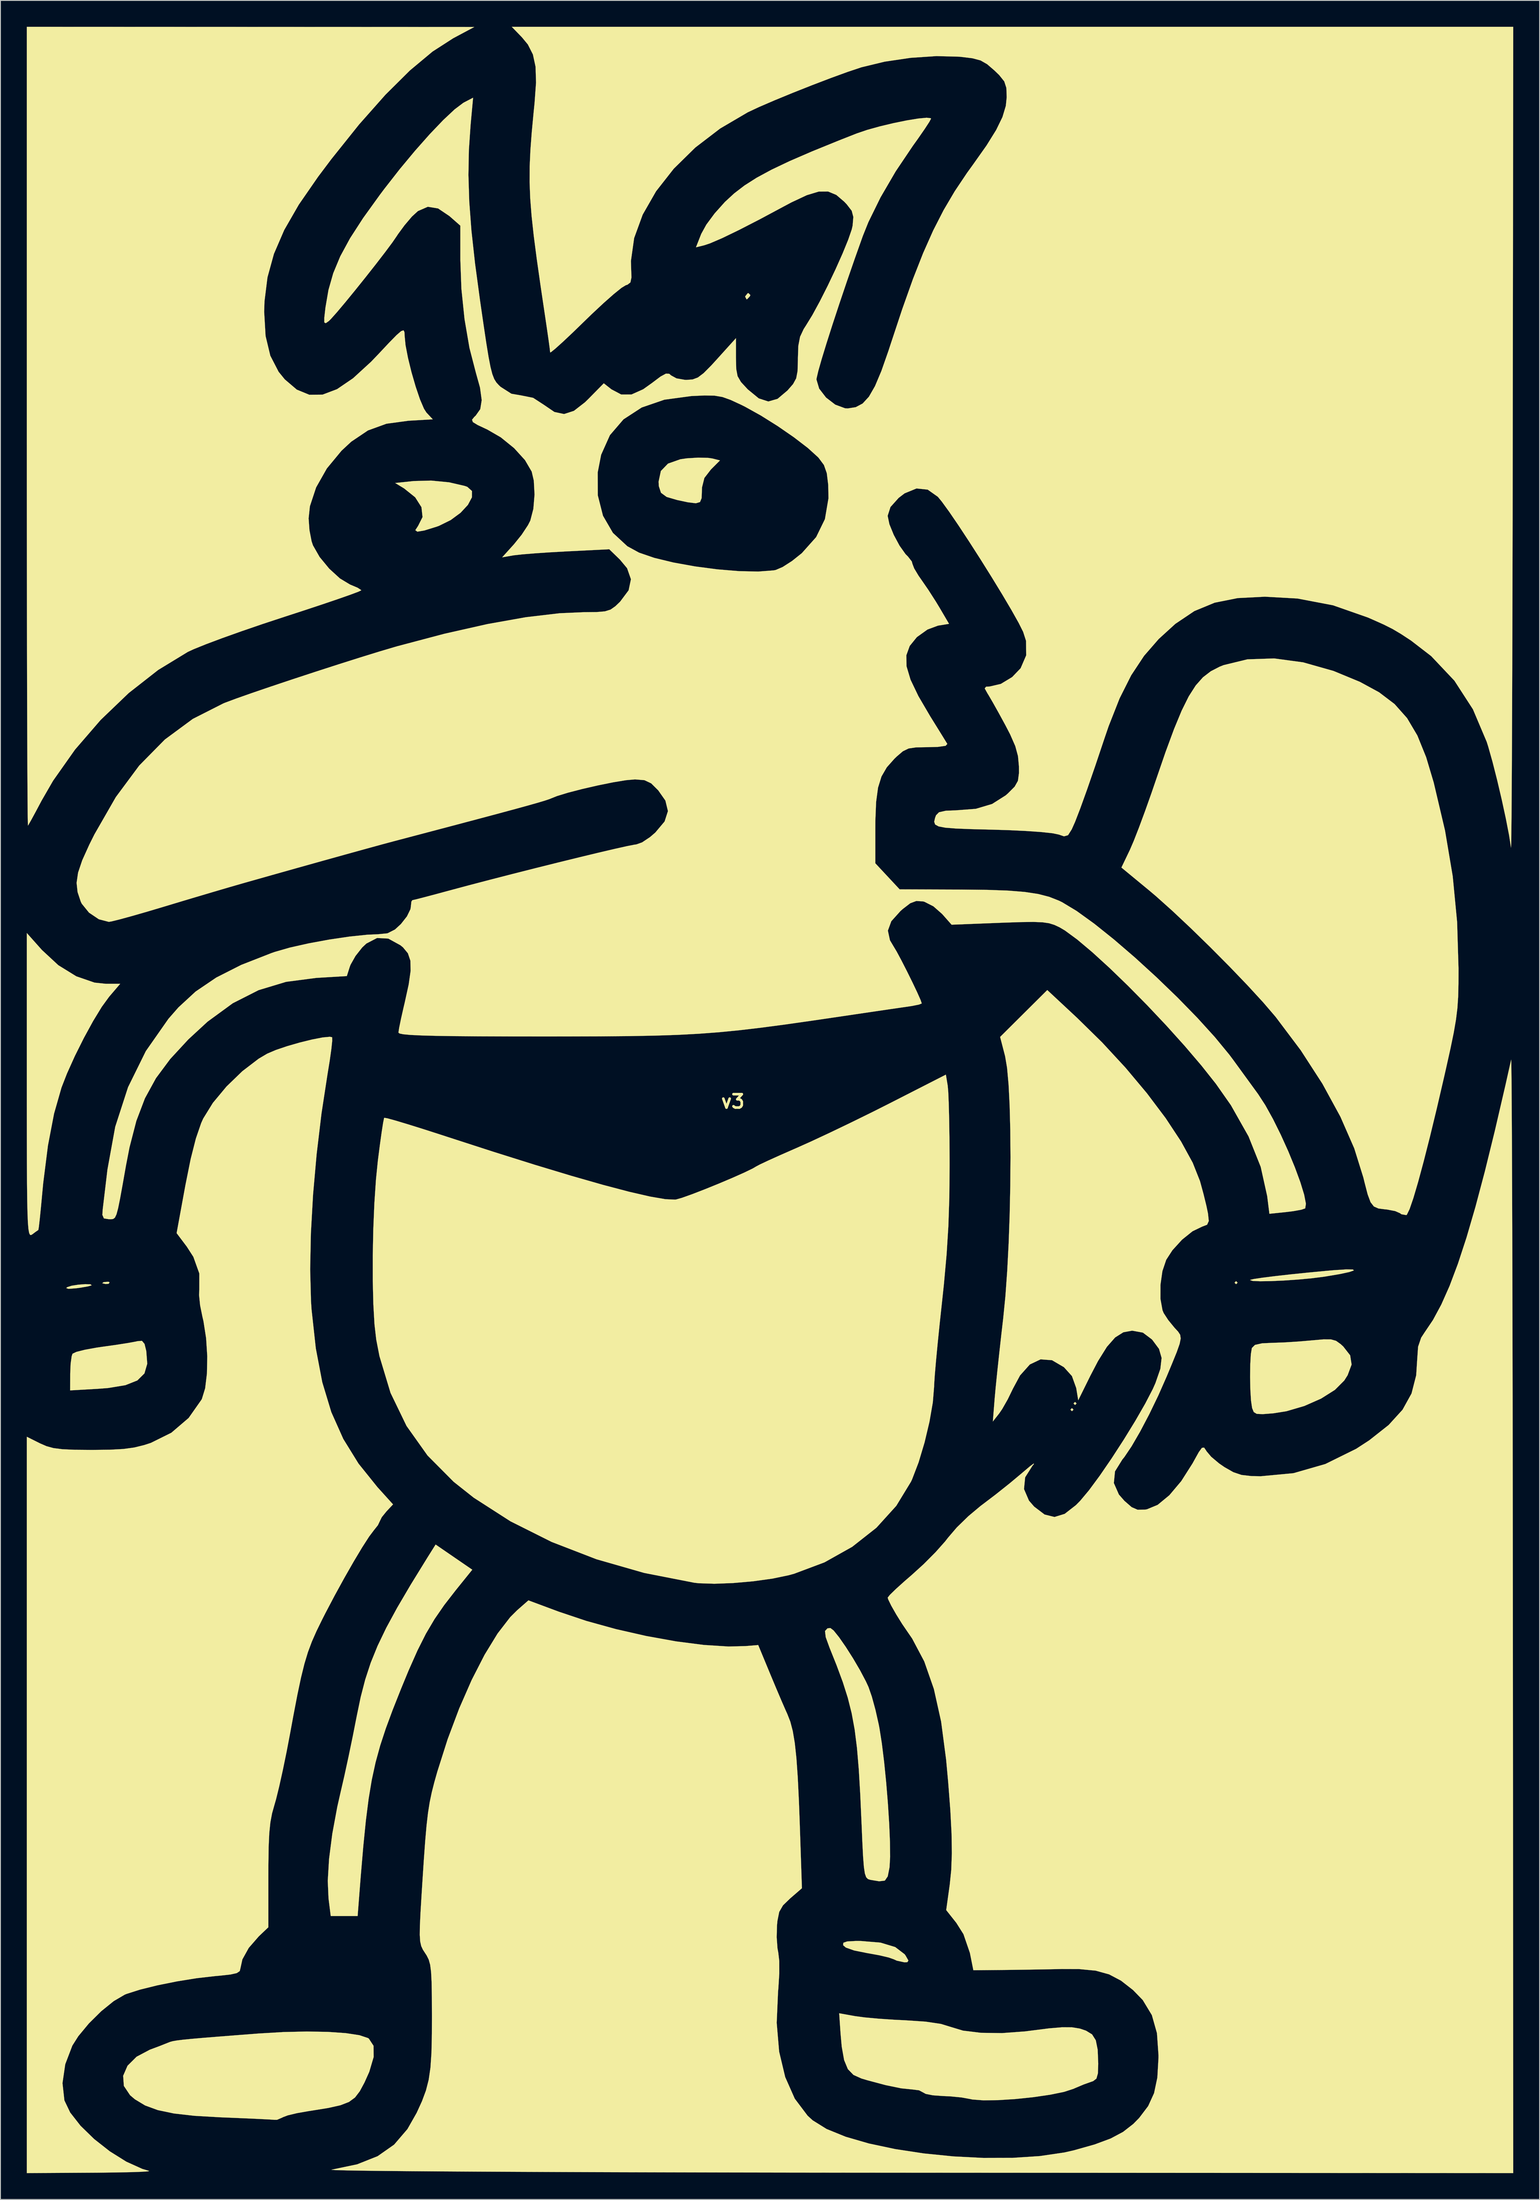
<source format=kicad_pcb>
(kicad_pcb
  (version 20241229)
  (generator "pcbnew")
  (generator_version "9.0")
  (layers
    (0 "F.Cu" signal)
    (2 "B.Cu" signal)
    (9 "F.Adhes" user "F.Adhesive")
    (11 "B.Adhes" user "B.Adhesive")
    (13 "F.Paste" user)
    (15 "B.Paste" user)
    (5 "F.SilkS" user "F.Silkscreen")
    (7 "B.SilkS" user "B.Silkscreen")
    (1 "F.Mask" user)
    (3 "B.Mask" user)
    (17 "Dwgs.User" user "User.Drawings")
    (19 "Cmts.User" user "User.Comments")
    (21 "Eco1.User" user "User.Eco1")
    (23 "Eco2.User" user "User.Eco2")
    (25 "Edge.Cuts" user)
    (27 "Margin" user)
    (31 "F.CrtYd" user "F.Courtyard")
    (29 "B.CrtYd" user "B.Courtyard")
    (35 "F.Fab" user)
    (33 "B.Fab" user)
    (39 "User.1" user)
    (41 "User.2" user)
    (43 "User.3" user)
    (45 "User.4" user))
  (footprint "v3"
    (layer "F.Cu")
    (at 80.438 122.419)
    (property "Reference" "v3" (at 0 0 0) (layer "F.SilkS") (effects (font (size 1.524 1.524) (thickness 0.3))))
    (attr through_hole)
    (fp_poly (pts (xy 38.806 35.101) (xy 38.629 35.278) (xy 38.453 35.101) (xy 38.629 34.925) (xy 38.806 35.101)) (stroke (width 0.01) (type solid)) (fill yes) (layer "F.SilkS"))
    (fp_poly (pts (xy 39.158 34.396) (xy 38.982 34.572) (xy 38.806 34.396) (xy 38.982 34.219) (xy 39.158 34.396)) (stroke (width 0.01) (type solid)) (fill yes) (layer "F.SilkS"))
    (fp_poly (pts (xy 57.503 20.637) (xy 57.326 20.814) (xy 57.15 20.637) (xy 57.326 20.461) (xy 57.503 20.637)) (stroke (width 0.01) (type solid)) (fill yes) (layer "F.SilkS"))
    (fp_poly (pts (xy -71.004 20.601) (xy -71.109 20.761) (xy -71.467 20.786) (xy -71.843 20.7) (xy -71.68 20.573) (xy -71.129 20.531) (xy -71.004 20.601)) (stroke (width 0.01) (type solid)) (fill yes) (layer "F.SilkS"))
    (fp_poly (pts (xy 1.995 -91.859) (xy 1.94 -91.722) (xy 1.623 -91.386) (xy 1.567 -91.369) (xy 1.415 -91.642) (xy 1.411 -91.722) (xy 1.682 -92.061) (xy 1.785 -92.075) (xy 1.995 -91.859)) (stroke (width 0.01) (type solid)) (fill yes) (layer "F.SilkS"))
    (fp_poly (pts (xy -73.188 20.821) (xy -73.045 20.933) (xy -73.054 20.942) (xy -73.463 21.06) (xy -74.322 21.209) (xy -74.771 21.27) (xy -75.681 21.343) (xy -75.942 21.251) (xy -75.829 21.148) (xy -75.335 20.986) (xy -74.571 20.866) (xy -73.776 20.805) (xy -73.188 20.821)) (stroke (width 0.01) (type solid)) (fill yes) (layer "F.SilkS"))
    (fp_poly (pts (xy 14.563 95.623) (xy 16.818 95.809) (xy 18.495 96.315) (xy 19.568 97.133) (xy 19.673 97.278) (xy 19.999 97.85) (xy 19.872 98.042) (xy 19.534 98.051) (xy 18.67 97.864) (xy 18.344 97.713) (xy 17.746 97.503) (xy 16.675 97.251) (xy 15.356 97.012) (xy 15.285 97.001) (xy 13.82 96.706) (xy 12.874 96.373) (xy 12.562 96.105) (xy 12.589 95.825) (xy 13.025 95.674) (xy 13.992 95.622) (xy 14.563 95.623)) (stroke (width 0.01) (type solid)) (fill yes) (layer "F.SilkS"))
    (fp_poly (pts (xy -2.833 -73.316) (xy -2.351 -73.248) (xy -1.465 -73.025) (xy -2.497 -71.994) (xy -3.244 -71.028) (xy -3.515 -69.947) (xy -3.528 -69.524) (xy -3.558 -68.728) (xy -3.742 -68.283) (xy -4.216 -68.142) (xy -5.121 -68.253) (xy -6.35 -68.514) (xy -7.543 -68.863) (xy -8.187 -69.338) (xy -8.436 -70.094) (xy -8.461 -70.605) (xy -8.202 -71.819) (xy -7.387 -72.661) (xy -5.984 -73.156) (xy -5.235 -73.264) (xy -3.955 -73.341) (xy -2.833 -73.316)) (stroke (width 0.01) (type solid)) (fill yes) (layer "F.SilkS"))
    (fp_poly (pts (xy -67.023 27.612) (xy -66.825 28.417) (xy -66.713 29.87) (xy -67.034 30.975) (xy -67.843 31.774) (xy -69.199 32.312) (xy -71.158 32.635) (xy -72.379 32.729) (xy -75.494 32.906) (xy -75.489 31.005) (xy -75.441 29.869) (xy -75.322 29.011) (xy -75.224 28.729) (xy -74.779 28.519) (xy -73.806 28.274) (xy -72.478 28.033) (xy -71.79 27.933) (xy -70.278 27.721) (xy -68.961 27.516) (xy -68.05 27.351) (xy -67.844 27.303) (xy -67.32 27.26) (xy -67.023 27.612)) (stroke (width 0.01) (type solid)) (fill yes) (layer "F.SilkS"))
    (fp_poly (pts (xy -32.33 -70.53) (xy -30.551 -70.12) (xy -30.251 -70.013) (xy -29.721 -69.538) (xy -29.726 -68.819) (xy -30.185 -67.959) (xy -31.018 -67.061) (xy -32.146 -66.23) (xy -33.489 -65.568) (xy -33.737 -65.479) (xy -35.143 -65.043) (xy -35.943 -64.908) (xy -36.174 -65.076) (xy -35.87 -65.547) (xy -35.862 -65.556) (xy -35.351 -66.573) (xy -35.474 -67.697) (xy -36.189 -68.821) (xy -37.445 -69.829) (xy -38.471 -70.453) (xy -36.358 -70.674) (xy -34.381 -70.727) (xy -32.33 -70.53)) (stroke (width 0.01) (type solid)) (fill yes) (layer "F.SilkS"))
    (fp_poly (pts (xy 70.633 19.137) (xy 70.748 19.242) (xy 70.24 19.421) (xy 69.134 19.66) (xy 67.452 19.942) (xy 67.318 19.962) (xy 65.928 20.138) (xy 64.367 20.283) (xy 62.775 20.392) (xy 61.294 20.458) (xy 60.065 20.476) (xy 59.23 20.44) (xy 58.928 20.343) (xy 58.943 20.317) (xy 59.348 20.217) (xy 60.334 20.07) (xy 61.781 19.888) (xy 63.568 19.688) (xy 65.574 19.482) (xy 67.678 19.284) (xy 68.439 19.217) (xy 69.871 19.124) (xy 70.633 19.137)) (stroke (width 0.01) (type solid)) (fill yes) (layer "F.SilkS"))
    (fp_poly (pts (xy 68.133 27.097) (xy 68.717 27.262) (xy 69.234 27.631) (xy 69.536 27.906) (xy 70.324 28.913) (xy 70.489 29.962) (xy 70.034 31.179) (xy 69.652 31.782) (xy 68.59 32.845) (xy 67.012 33.841) (xy 65.105 34.682) (xy 63.058 35.282) (xy 61.571 35.517) (xy 60.366 35.612) (xy 59.682 35.581) (xy 59.342 35.376) (xy 59.167 34.951) (xy 59.148 34.883) (xy 59.028 34.062) (xy 58.953 32.818) (xy 58.925 31.374) (xy 58.943 29.955) (xy 59.009 28.784) (xy 59.124 28.086) (xy 59.128 28.075) (xy 59.48 27.725) (xy 60.286 27.544) (xy 61.333 27.495) (xy 62.756 27.445) (xy 64.477 27.337) (xy 65.92 27.213) (xy 67.271 27.094) (xy 68.133 27.097)) (stroke (width 0.01) (type solid)) (fill yes) (layer "F.SilkS"))
    (fp_poly (pts (xy -78.71 -17.257) (xy -76.842 -15.524) (xy -74.796 -14.26) (xy -72.72 -13.542) (xy -71.432 -13.406) (xy -69.795 -13.406) (xy -71.057 -11.931) (xy -71.891 -10.785) (xy -72.882 -9.159) (xy -73.936 -7.231) (xy -74.959 -5.182) (xy -75.857 -3.189) (xy -76.482 -1.587) (xy -77.33 1.383) (xy -78.026 5.019) (xy -78.566 9.298) (xy -78.669 10.389) (xy -78.821 12.02) (xy -78.956 13.363) (xy -79.061 14.28) (xy -79.121 14.634) (xy -79.122 14.634) (xy -79.426 14.843) (xy -79.816 15.136) (xy -79.956 15.214) (xy -80.073 15.177) (xy -80.17 14.968) (xy -80.247 14.533) (xy -80.308 13.815) (xy -80.354 12.757) (xy -80.387 11.304) (xy -80.409 9.401) (xy -80.423 6.989) (xy -80.43 4.015) (xy -80.433 0.421) (xy -80.433 -1.791) (xy -80.433 -19.191) (xy -78.71 -17.257)) (stroke (width 0.01) (type solid)) (fill yes) (layer "F.SilkS"))
    (fp_poly (pts (xy -31.774 51.899) (xy -29.685 53.332) (xy -31.57 55.669) (xy -32.881 57.359) (xy -33.984 58.958) (xy -34.969 60.625) (xy -35.924 62.522) (xy -36.939 64.808) (xy -37.8 66.895) (xy -38.75 69.289) (xy -39.534 71.406) (xy -40.176 73.362) (xy -40.701 75.273) (xy -41.132 77.254) (xy -41.493 79.423) (xy -41.807 81.894) (xy -42.097 84.783) (xy -42.389 88.206) (xy -42.534 90.047) (xy -42.746 92.781) (xy -45.81 92.781) (xy -46.062 90.77) (xy -46.149 88.775) (xy -46 86.27) (xy -45.631 83.403) (xy -45.06 80.322) (xy -44.685 78.669) (xy -44.263 76.842) (xy -43.777 74.603) (xy -43.287 72.237) (xy -42.852 70.027) (xy -42.852 70.026) (xy -42.398 67.839) (xy -41.882 65.846) (xy -41.258 63.939) (xy -40.476 62.012) (xy -39.489 59.959) (xy -38.248 57.674) (xy -36.706 55.049) (xy -34.813 51.978) (xy -34.356 51.25) (xy -33.862 50.465) (xy -31.774 51.899)) (stroke (width 0.01) (type solid)) (fill yes) (layer "F.SilkS"))
    (fp_poly (pts (xy 11.483 60.259) (xy 12.099 61.026) (xy 12.866 62.13) (xy 13.692 63.429) (xy 14.485 64.782) (xy 15.153 66.047) (xy 15.452 66.693) (xy 15.831 67.786) (xy 16.244 69.296) (xy 16.614 70.942) (xy 16.698 71.375) (xy 16.973 73.123) (xy 17.233 75.236) (xy 17.466 77.565) (xy 17.662 79.959) (xy 17.809 82.268) (xy 17.897 84.341) (xy 17.915 86.03) (xy 17.852 87.184) (xy 17.842 87.26) (xy 17.644 88.264) (xy 17.317 88.744) (xy 16.667 88.824) (xy 15.662 88.658) (xy 15.391 88.571) (xy 15.189 88.365) (xy 15.04 87.939) (xy 14.928 87.195) (xy 14.837 86.03) (xy 14.751 84.346) (xy 14.671 82.444) (xy 14.515 78.964) (xy 14.345 76.068) (xy 14.14 73.637) (xy 13.877 71.548) (xy 13.535 69.682) (xy 13.092 67.918) (xy 12.525 66.134) (xy 11.814 64.21) (xy 11.015 62.216) (xy 10.58 61.017) (xy 10.497 60.32) (xy 10.771 60.015) (xy 11.11 59.972) (xy 11.483 60.259)) (stroke (width 0.01) (type solid)) (fill yes) (layer "F.SilkS"))
    (fp_poly (pts (xy -46.127 105.978) (xy -44.098 106.119) (xy -42.546 106.354) (xy -41.575 106.677) (xy -41.468 106.746) (xy -40.934 107.561) (xy -40.919 108.831) (xy -41.421 110.531) (xy -41.969 111.751) (xy -42.498 112.734) (xy -43.041 113.447) (xy -43.733 113.957) (xy -44.707 114.334) (xy -46.098 114.645) (xy -48.038 114.959) (xy -48.331 115.002) (xy -49.649 115.233) (xy -50.698 115.483) (xy -51.278 115.702) (xy -51.312 115.729) (xy -51.933 115.994) (xy -52.193 115.996) (xy -52.72 115.96) (xy -53.818 115.903) (xy -55.353 115.833) (xy -57.193 115.755) (xy -58.385 115.707) (xy -61.324 115.539) (xy -63.665 115.274) (xy -65.509 114.888) (xy -66.962 114.356) (xy -68.125 113.652) (xy -68.669 113.191) (xy -69.378 112.132) (xy -69.458 110.977) (xy -68.96 109.833) (xy -67.93 108.807) (xy -66.417 108.006) (xy -66.322 107.971) (xy -65.289 107.585) (xy -64.435 107.246) (xy -64.382 107.224) (xy -64.131 107.125) (xy -63.822 107.04) (xy -63.371 106.96) (xy -62.695 106.874) (xy -61.708 106.776) (xy -60.327 106.656) (xy -58.467 106.506) (xy -56.044 106.317) (xy -54.063 106.164) (xy -51.212 105.996) (xy -48.533 105.935) (xy -46.127 105.978)) (stroke (width 0.01) (type solid)) (fill yes) (layer "F.SilkS"))
    (fp_poly (pts (xy 13.906 104.18) (xy 15.028 104.33) (xy 16.611 104.475) (xy 18.409 104.596) (xy 19.579 104.652) (xy 21.948 104.809) (xy 23.699 105.068) (xy 24.682 105.37) (xy 26.211 105.833) (xy 28.26 106.083) (xy 30.674 106.115) (xy 33.297 105.92) (xy 33.968 105.835) (xy 36.017 105.575) (xy 37.525 105.449) (xy 38.643 105.457) (xy 39.524 105.599) (xy 40.233 105.84) (xy 40.922 106.263) (xy 41.346 106.935) (xy 41.561 108.008) (xy 41.623 109.602) (xy 41.586 110.703) (xy 41.418 111.298) (xy 41.042 111.588) (xy 40.834 111.658) (xy 39.976 111.963) (xy 38.929 112.405) (xy 38.806 112.462) (xy 37.72 112.814) (xy 36.134 113.137) (xy 34.237 113.414) (xy 32.215 113.624) (xy 30.257 113.751) (xy 28.55 113.775) (xy 27.283 113.679) (xy 26.988 113.617) (xy 26.025 113.443) (xy 24.721 113.318) (xy 23.922 113.283) (xy 22.791 113.203) (xy 21.97 113.04) (xy 21.696 112.889) (xy 21.219 112.634) (xy 20.445 112.536) (xy 19.181 112.408) (xy 17.412 112.044) (xy 15.287 111.478) (xy 14.64 111.284) (xy 13.737 110.877) (xy 13.101 110.219) (xy 12.675 109.19) (xy 12.404 107.667) (xy 12.27 106.169) (xy 12.113 103.858) (xy 13.906 104.18)) (stroke (width 0.01) (type solid)) (fill yes) (layer "F.SilkS"))
    (fp_poly (pts (xy 64.963 -50.024) (xy 68.429 -49.043) (xy 71.438 -47.798) (xy 73.618 -46.613) (xy 75.381 -45.275) (xy 76.807 -43.671) (xy 77.98 -41.69) (xy 78.98 -39.221) (xy 79.841 -36.336) (xy 81.131 -30.862) (xy 82.008 -25.655) (xy 82.508 -20.44) (xy 82.667 -15.169) (xy 82.662 -13.401) (xy 82.627 -11.94) (xy 82.539 -10.63) (xy 82.377 -9.316) (xy 82.123 -7.841) (xy 81.754 -6.048) (xy 81.249 -3.781) (xy 81.032 -2.822) (xy 80.195 0.783) (xy 79.412 4.018) (xy 78.696 6.833) (xy 78.063 9.178) (xy 77.525 11.001) (xy 77.096 12.251) (xy 76.791 12.879) (xy 76.716 12.942) (xy 76.158 12.841) (xy 76.01 12.728) (xy 75.461 12.485) (xy 74.53 12.306) (xy 74.295 12.283) (xy 73.546 12.187) (xy 73.026 11.959) (xy 72.646 11.469) (xy 72.318 10.586) (xy 71.953 9.181) (xy 71.83 8.671) (xy 70.79 5.339) (xy 69.213 1.738) (xy 67.16 -2.025) (xy 64.69 -5.84) (xy 61.862 -9.599) (xy 61.789 -9.689) (xy 60.414 -11.292) (xy 58.635 -13.228) (xy 56.581 -15.368) (xy 54.381 -17.583) (xy 52.164 -19.745) (xy 50.059 -21.724) (xy 48.196 -23.391) (xy 47.444 -24.027) (xy 44.264 -26.651) (xy 45.23 -28.664) (xy 45.668 -29.681) (xy 46.265 -31.208) (xy 46.959 -33.083) (xy 47.691 -35.144) (xy 48.182 -36.58) (xy 49.293 -39.81) (xy 50.261 -42.432) (xy 51.127 -44.521) (xy 51.935 -46.15) (xy 52.729 -47.391) (xy 53.552 -48.319) (xy 54.445 -49.007) (xy 55.454 -49.528) (xy 55.906 -49.708) (xy 58.618 -50.367) (xy 61.664 -50.469) (xy 64.963 -50.024)) (stroke (width 0.01) (type solid)) (fill yes) (layer "F.SilkS"))
    (fp_poly (pts (xy 24.477 -1.795) (xy 24.539 -1.073) (xy 24.594 0.231) (xy 24.64 1.993) (xy 24.672 4.091) (xy 24.689 6.4) (xy 24.691 7.253) (xy 24.66 10.898) (xy 24.552 14.177) (xy 24.352 17.389) (xy 24.041 20.831) (xy 23.815 22.952) (xy 23.557 25.342) (xy 23.328 27.59) (xy 23.14 29.568) (xy 23.005 31.15) (xy 22.935 32.208) (xy 22.928 32.456) (xy 22.781 34.27) (xy 22.398 36.481) (xy 21.838 38.841) (xy 21.159 41.107) (xy 20.421 43.033) (xy 20.297 43.302) (xy 18.618 46.056) (xy 16.353 48.554) (xy 13.595 50.724) (xy 10.439 52.494) (xy 6.981 53.791) (xy 6.35 53.964) (xy 4.491 54.35) (xy 2.306 54.652) (xy 0.026 54.852) (xy -2.116 54.932) (xy -3.89 54.874) (xy -4.41 54.814) (xy -10.1 53.701) (xy -15.543 52.14) (xy -20.651 50.166) (xy -25.339 47.818) (xy -29.519 45.13) (xy -31.805 43.32) (xy -34.783 40.324) (xy -37.176 36.956) (xy -38.997 33.193) (xy -40.259 29.011) (xy -40.627 27.114) (xy -40.825 25.388) (xy -40.955 23.114) (xy -41.021 20.444) (xy -41.022 17.534) (xy -40.961 14.535) (xy -40.839 11.603) (xy -40.657 8.89) (xy -40.44 6.729) (xy -40.216 4.983) (xy -40.011 3.507) (xy -39.844 2.431) (xy -39.734 1.89) (xy -39.718 1.853) (xy -39.356 1.916) (xy -38.426 2.172) (xy -37.028 2.592) (xy -35.263 3.143) (xy -33.23 3.797) (xy -32.577 4.01) (xy -27.288 5.723) (xy -22.552 7.211) (xy -18.384 8.469) (xy -14.799 9.494) (xy -11.811 10.281) (xy -9.436 10.827) (xy -7.688 11.127) (xy -6.581 11.177) (xy -6.488 11.166) (xy -5.798 10.971) (xy -4.641 10.558) (xy -3.185 9.995) (xy -1.598 9.351) (xy -0.048 8.695) (xy 1.297 8.097) (xy 2.27 7.626) (xy 2.646 7.404) (xy 3.088 7.169) (xy 4.045 6.719) (xy 5.383 6.115) (xy 6.968 5.418) (xy 7.232 5.304) (xy 8.95 4.534) (xy 11.098 3.53) (xy 13.482 2.385) (xy 15.906 1.194) (xy 17.867 0.206) (xy 24.268 -3.061) (xy 24.477 -1.795)) (stroke (width 0.01) (type solid)) (fill yes) (layer "F.SilkS"))
    (fp_poly (pts (xy -54.945 -122.404) (xy -29.457 -122.393) (xy -31.868 -121.107) (xy -34.211 -119.597) (xy -36.788 -117.447) (xy -39.581 -114.675) (xy -42.571 -111.301) (xy -45.74 -107.342) (xy -47.253 -105.33) (xy -49.447 -102.158) (xy -51.108 -99.271) (xy -52.282 -96.551) (xy -53.016 -93.883) (xy -53.356 -91.149) (xy -53.393 -89.958) (xy -53.233 -87.199) (xy -52.694 -84.952) (xy -51.747 -83.118) (xy -51.047 -82.256) (xy -49.676 -81.087) (xy -48.255 -80.503) (xy -46.742 -80.517) (xy -45.095 -81.139) (xy -43.269 -82.382) (xy -41.223 -84.256) (xy -40.393 -85.121) (xy -39.152 -86.443) (xy -38.311 -87.301) (xy -37.792 -87.75) (xy -37.518 -87.845) (xy -37.412 -87.643) (xy -37.394 -87.251) (xy -37.29 -86.159) (xy -37.01 -84.701) (xy -36.608 -83.062) (xy -36.135 -81.428) (xy -35.646 -79.984) (xy -35.19 -78.915) (xy -34.912 -78.479) (xy -34.184 -77.704) (xy -36.948 -77.544) (xy -39.465 -77.203) (xy -41.57 -76.439) (xy -43.475 -75.157) (xy -44.588 -74.122) (xy -46.251 -72.11) (xy -47.475 -69.95) (xy -48.184 -67.802) (xy -48.331 -66.423) (xy -48.234 -65.078) (xy -47.991 -63.817) (xy -47.836 -63.351) (xy -47.077 -62.023) (xy -45.984 -60.695) (xy -44.76 -59.577) (xy -43.606 -58.881) (xy -43.538 -58.855) (xy -42.75 -58.522) (xy -42.349 -58.259) (xy -42.336 -58.226) (xy -42.658 -58.07) (xy -43.564 -57.731) (xy -44.966 -57.239) (xy -46.775 -56.625) (xy -48.903 -55.92) (xy -51.067 -55.215) (xy -53.571 -54.39) (xy -55.981 -53.563) (xy -58.175 -52.78) (xy -60.031 -52.084) (xy -61.426 -51.52) (xy -62.089 -51.214) (xy -65.47 -49.154) (xy -68.823 -46.527) (xy -72.022 -43.461) (xy -74.938 -40.086) (xy -77.444 -36.533) (xy -78.741 -34.285) (xy -79.398 -33.048) (xy -79.929 -32.07) (xy -80.25 -31.504) (xy -80.301 -31.427) (xy -80.317 -31.754) (xy -80.333 -32.746) (xy -80.348 -34.36) (xy -80.362 -36.556) (xy -80.375 -39.292) (xy -80.388 -42.527) (xy -80.399 -46.219) (xy -80.408 -50.327) (xy -80.417 -54.809) (xy -80.423 -59.624) (xy -80.429 -64.732) (xy -80.432 -70.089) (xy -80.433 -75.656) (xy -80.433 -76.847) (xy -80.433 -122.414) (xy -54.945 -122.404)) (stroke (width 0.01) (type solid)) (fill yes) (layer "F.SilkS"))
    (fp_poly (pts (xy -45.65 -7.315) (xy -45.641 -6.922) (xy -45.74 -5.979) (xy -45.93 -4.63) (xy -46.174 -3.133) (xy -46.863 1.362) (xy -47.416 5.987) (xy -47.823 10.59) (xy -48.072 15.017) (xy -48.154 19.116) (xy -48.059 22.734) (xy -47.995 23.689) (xy -47.511 28.116) (xy -46.774 31.978) (xy -45.744 35.383) (xy -44.38 38.437) (xy -42.642 41.249) (xy -40.49 43.925) (xy -40.4 44.025) (xy -38.712 45.892) (xy -39.464 46.693) (xy -39.995 47.348) (xy -40.217 47.8) (xy -40.217 47.801) (xy -40.435 48.262) (xy -40.893 48.837) (xy -41.435 49.557) (xy -42.225 50.783) (xy -43.19 52.394) (xy -44.259 54.265) (xy -45.362 56.274) (xy -46.427 58.298) (xy -46.786 59.006) (xy -47.431 60.324) (xy -47.96 61.521) (xy -48.407 62.719) (xy -48.807 64.042) (xy -49.194 65.611) (xy -49.605 67.551) (xy -50.072 69.983) (xy -50.426 71.905) (xy -50.839 74.073) (xy -51.271 76.174) (xy -51.684 78.034) (xy -52.04 79.482) (xy -52.222 80.114) (xy -52.494 81.086) (xy -52.687 82.115) (xy -52.813 83.347) (xy -52.885 84.927) (xy -52.914 87) (xy -52.917 88.174) (xy -52.917 94.06) (xy -54.006 95.096) (xy -55.147 96.406) (xy -55.876 97.72) (xy -56.092 98.71) (xy -56.174 99.05) (xy -56.512 99.28) (xy -57.242 99.443) (xy -58.5 99.581) (xy -58.998 99.624) (xy -61.08 99.862) (xy -63.338 100.227) (xy -65.562 100.675) (xy -67.54 101.164) (xy -69.062 101.649) (xy -69.27 101.732) (xy -70.529 102.469) (xy -71.958 103.626) (xy -73.366 105.02) (xy -74.563 106.464) (xy -75.246 107.541) (xy -76.055 109.661) (xy -76.369 111.818) (xy -76.152 113.781) (xy -76.151 113.785) (xy -75.492 115.163) (xy -74.315 116.669) (xy -72.762 118.182) (xy -70.977 119.585) (xy -69.102 120.759) (xy -67.28 121.584) (xy -66.499 121.814) (xy -66.619 121.865) (xy -67.353 121.913) (xy -68.612 121.956) (xy -70.304 121.991) (xy -72.339 122.015) (xy -73.113 122.02) (xy -80.433 122.061) (xy -80.433 38.189) (xy -78.934 38.938) (xy -78.191 39.262) (xy -77.396 39.479) (xy -76.384 39.608) (xy -74.996 39.671) (xy -73.068 39.687) (xy -73.025 39.688) (xy -70.977 39.665) (xy -69.434 39.581) (xy -68.198 39.413) (xy -67.07 39.136) (xy -66.301 38.887) (xy -63.968 37.731) (xy -61.999 36.048) (xy -60.531 33.96) (xy -60.484 33.867) (xy -60.116 32.666) (xy -59.913 30.981) (xy -59.876 29.012) (xy -60.007 26.962) (xy -60.307 25.033) (xy -60.427 24.518) (xy -60.691 23.216) (xy -60.81 22.046) (xy -60.783 21.436) (xy -60.782 19.588) (xy -61.461 17.693) (xy -62.208 16.532) (xy -63.367 14.993) (xy -62.365 9.525) (xy -61.766 6.547) (xy -61.173 4.213) (xy -60.572 2.463) (xy -60.338 1.94) (xy -59.236 0.156) (xy -57.684 -1.708) (xy -55.88 -3.452) (xy -54.021 -4.875) (xy -53.049 -5.448) (xy -52.066 -5.868) (xy -50.769 -6.306) (xy -49.333 -6.719) (xy -47.928 -7.064) (xy -46.729 -7.297) (xy -45.907 -7.374) (xy -45.65 -7.315)) (stroke (width 0.01) (type solid)) (fill yes) (layer "F.SilkS"))
    (fp_poly (pts (xy 39.219 -9.525) (xy 42.066 -6.732) (xy 44.739 -3.841) (xy 47.172 -0.938) (xy 49.301 1.89) (xy 51.061 4.557) (xy 52.387 6.977) (xy 53.215 9.063) (xy 53.229 9.113) (xy 53.616 10.533) (xy 53.946 11.881) (xy 54.126 12.748) (xy 54.218 13.612) (xy 54.026 14.035) (xy 53.461 14.252) (xy 52.37 14.778) (xy 51.171 15.739) (xy 50.074 16.943) (xy 49.368 18.032) (xy 48.935 19.317) (xy 48.711 20.891) (xy 48.709 22.471) (xy 48.944 23.772) (xy 49.079 24.1) (xy 49.598 24.895) (xy 50.314 25.771) (xy 50.357 25.817) (xy 50.729 26.22) (xy 50.957 26.572) (xy 51.02 26.995) (xy 50.896 27.612) (xy 50.567 28.545) (xy 50.009 29.916) (xy 49.417 31.335) (xy 48.467 33.489) (xy 47.432 35.63) (xy 46.39 37.611) (xy 45.42 39.282) (xy 44.602 40.497) (xy 44.369 40.784) (xy 43.533 42.13) (xy 43.402 43.459) (xy 43.976 44.767) (xy 44.606 45.489) (xy 45.435 46.21) (xy 46.116 46.505) (xy 46.951 46.486) (xy 47.164 46.454) (xy 48.392 45.948) (xy 49.726 44.849) (xy 51.08 43.243) (xy 52.371 41.216) (xy 52.512 40.958) (xy 53.084 39.931) (xy 53.438 39.447) (xy 53.683 39.422) (xy 53.926 39.772) (xy 53.959 39.835) (xy 54.492 40.468) (xy 55.395 41.227) (xy 56.009 41.651) (xy 57.016 42.224) (xy 57.942 42.538) (xy 59.077 42.667) (xy 60.144 42.686) (xy 63.867 42.336) (xy 67.496 41.293) (xy 71.006 39.562) (xy 72.496 38.593) (xy 74.707 36.849) (xy 76.29 35.11) (xy 77.314 33.26) (xy 77.846 31.185) (xy 77.964 29.339) (xy 78.062 27.932) (xy 78.412 26.902) (xy 78.795 26.315) (xy 79.758 24.886) (xy 80.703 23.134) (xy 81.646 21.014) (xy 82.599 18.482) (xy 83.578 15.494) (xy 84.595 12.006) (xy 85.665 7.975) (xy 86.802 3.355) (xy 88.021 -1.897) (xy 88.662 -4.763) (xy 88.678 -4.49) (xy 88.695 -3.546) (xy 88.711 -1.967) (xy 88.727 0.215) (xy 88.743 2.964) (xy 88.758 6.245) (xy 88.773 10.024) (xy 88.787 14.266) (xy 88.8 18.937) (xy 88.812 24.002) (xy 88.823 29.426) (xy 88.833 35.176) (xy 88.842 41.215) (xy 88.85 47.51) (xy 88.856 54.026) (xy 88.859 58.297) (xy 88.9 122.061) (xy 20.549 122.018) (xy 12.953 122.012) (xy 5.705 122.003) (xy -1.172 121.991) (xy -7.652 121.976) (xy -13.711 121.96) (xy -19.324 121.941) (xy -24.467 121.919) (xy -29.114 121.896) (xy -33.242 121.871) (xy -36.826 121.844) (xy -39.841 121.816) (xy -42.263 121.786) (xy -44.066 121.754) (xy -45.227 121.722) (xy -45.721 121.688) (xy -45.697 121.669) (xy -42.802 121.063) (xy -40.466 120.135) (xy -38.589 118.819) (xy -37.072 117.049) (xy -36.021 115.199) (xy -35.414 113.869) (xy -34.965 112.661) (xy -34.651 111.433) (xy -34.448 110.04) (xy -34.334 108.338) (xy -34.287 106.183) (xy -34.281 104.185) (xy -34.29 101.958) (xy -34.318 100.319) (xy -34.378 99.15) (xy -34.483 98.333) (xy -34.645 97.749) (xy -34.877 97.283) (xy -35.051 97.016) (xy -35.315 96.607) (xy -35.503 96.199) (xy -35.619 95.681) (xy -35.667 94.943) (xy -35.653 93.874) (xy -35.581 92.365) (xy -35.457 90.306) (xy -35.395 89.316) (xy -35.212 86.495) (xy -35.05 84.256) (xy -34.895 82.478) (xy -34.729 81.038) (xy -34.536 79.814) (xy -34.3 78.684) (xy -34.005 77.525) (xy -33.667 76.331) (xy -32.494 72.644) (xy -31.175 69.134) (xy -29.756 65.894) (xy -28.283 63.019) (xy -26.803 60.6) (xy -25.362 58.733) (xy -24.584 57.958) (xy -23.291 56.825) (xy -19.847 58.106) (xy -16.708 59.16) (xy -13.332 60.095) (xy -9.871 60.882) (xy -6.477 61.494) (xy -3.302 61.903) (xy -0.497 62.08) (xy 1.434 62.032) (xy 2.889 61.913) (xy 4.277 65.264) (xy 4.927 66.818) (xy 5.537 68.252) (xy 6.019 69.358) (xy 6.204 69.768) (xy 6.546 70.643) (xy 6.826 71.715) (xy 7.054 73.071) (xy 7.24 74.802) (xy 7.394 76.995) (xy 7.527 79.739) (xy 7.618 82.191) (xy 7.868 89.615) (xy 6.526 90.775) (xy 5.714 91.562) (xy 5.281 92.311) (xy 5.077 93.336) (xy 5.027 93.857) (xy 4.993 95.199) (xy 5.083 96.455) (xy 5.175 96.952) (xy 5.285 97.896) (xy 5.288 99.318) (xy 5.185 101.001) (xy 5.15 101.361) (xy 4.994 104.944) (xy 5.272 108.223) (xy 5.964 111.127) (xy 7.053 113.585) (xy 8.517 115.526) (xy 9.094 116.053) (xy 10.679 117.039) (xy 12.85 117.922) (xy 15.495 118.689) (xy 18.5 119.327) (xy 21.752 119.822) (xy 25.138 120.162) (xy 28.545 120.335) (xy 31.86 120.326) (xy 34.97 120.123) (xy 37.761 119.713) (xy 38.842 119.468) (xy 41.214 118.799) (xy 43.033 118.125) (xy 44.45 117.371) (xy 45.615 116.464) (xy 46.284 115.783) (xy 47.312 114.428) (xy 47.985 112.954) (xy 48.358 111.181) (xy 48.488 108.926) (xy 48.49 108.656) (xy 48.314 106.123) (xy 47.733 104.067) (xy 46.695 102.351) (xy 45.59 101.212) (xy 44.221 100.144) (xy 42.862 99.426) (xy 41.331 99.004) (xy 39.443 98.823) (xy 37.469 98.817) (xy 35.449 98.858) (xy 33.26 98.894) (xy 31.261 98.921) (xy 30.544 98.928) (xy 27.398 98.954) (xy 27.004 96.983) (xy 26.27 94.846) (xy 25.457 93.558) (xy 24.304 92.103) (xy 24.711 89.178) (xy 24.88 87.528) (xy 24.948 85.634) (xy 24.915 83.399) (xy 24.776 80.727) (xy 24.529 77.521) (xy 24.296 74.965) (xy 23.726 70.631) (xy 22.9 66.917) (xy 21.804 63.779) (xy 20.426 61.176) (xy 19.962 60.501) (xy 19.292 59.521) (xy 18.616 58.434) (xy 18.046 57.434) (xy 17.696 56.715) (xy 17.639 56.51) (xy 17.891 56.192) (xy 18.571 55.53) (xy 19.566 54.633) (xy 20.373 53.935) (xy 21.744 52.69) (xy 23.084 51.343) (xy 24.177 50.115) (xy 24.518 49.677) (xy 25.51 48.518) (xy 26.833 47.23) (xy 28.225 46.064) (xy 28.426 45.914) (xy 29.925 44.775) (xy 31.532 43.496) (xy 32.917 42.339) (xy 33.012 42.257) (xy 33.841 41.555) (xy 34.285 41.228) (xy 34.286 41.313) (xy 34.131 41.491) (xy 33.298 42.807) (xy 33.166 44.145) (xy 33.732 45.462) (xy 34.324 46.145) (xy 35.512 47.047) (xy 36.641 47.327) (xy 37.801 46.972) (xy 39.086 45.972) (xy 39.566 45.485) (xy 40.569 44.286) (xy 41.799 42.62) (xy 43.155 40.642) (xy 44.537 38.51) (xy 45.845 36.38) (xy 46.978 34.41) (xy 47.837 32.756) (xy 48.14 32.075) (xy 48.703 30.447) (xy 48.845 29.21) (xy 48.548 28.179) (xy 47.798 27.169) (xy 47.71 27.076) (xy 46.709 26.325) (xy 45.5 26.106) (xy 45.479 26.106) (xy 44.486 26.286) (xy 43.552 26.874) (xy 42.613 27.942) (xy 41.601 29.562) (xy 40.719 31.252) (xy 39.345 34.033) (xy 39.118 32.639) (xy 38.627 31.273) (xy 37.715 30.263) (xy 36.362 29.47) (xy 35.058 29.37) (xy 33.834 29.952) (xy 32.718 31.202) (xy 31.914 32.695) (xy 31.314 33.926) (xy 30.685 35.03) (xy 30.343 35.53) (xy 29.618 36.451) (xy 29.825 33.836) (xy 29.936 32.614) (xy 30.113 30.866) (xy 30.338 28.767) (xy 30.591 26.494) (xy 30.799 24.694) (xy 31.05 22.164) (xy 31.256 19.282) (xy 31.418 16.152) (xy 31.535 12.881) (xy 31.605 9.572) (xy 31.629 6.333) (xy 31.605 3.268) (xy 31.532 0.482) (xy 31.411 -1.919) (xy 31.239 -3.831) (xy 31.017 -5.147) (xy 31.01 -5.177) (xy 30.446 -7.355) (xy 35.818 -12.696) (xy 39.219 -9.525)) (stroke (width 0.01) (type solid)) (fill yes) (layer "F.SilkS"))
    (fp_poly (pts (xy 88.844 -75.053) (xy 88.836 -69.359) (xy 88.826 -63.879) (xy 88.815 -58.651) (xy 88.802 -53.715) (xy 88.788 -49.111) (xy 88.773 -44.878) (xy 88.758 -41.055) (xy 88.741 -37.682) (xy 88.724 -34.798) (xy 88.706 -32.443) (xy 88.688 -30.655) (xy 88.67 -29.474) (xy 88.653 -28.94) (xy 88.644 -28.928) (xy 88.424 -30.348) (xy 88.057 -32.24) (xy 87.589 -34.399) (xy 87.067 -36.621) (xy 86.539 -38.698) (xy 86.051 -40.427) (xy 85.88 -40.967) (xy 84.308 -44.677) (xy 82.197 -47.936) (xy 79.553 -50.734) (xy 77.258 -52.503) (xy 76.111 -53.256) (xy 75.157 -53.821) (xy 74.137 -54.334) (xy 72.793 -54.934) (xy 72.319 -55.139) (xy 68.371 -56.521) (xy 64.316 -57.294) (xy 60.607 -57.5) (xy 57.508 -57.342) (xy 54.884 -56.817) (xy 52.572 -55.862) (xy 50.411 -54.41) (xy 48.516 -52.684) (xy 46.844 -50.762) (xy 45.38 -48.548) (xy 44.059 -45.92) (xy 42.811 -42.754) (xy 42.365 -41.451) (xy 41.282 -38.224) (xy 40.348 -35.522) (xy 39.577 -33.384) (xy 38.984 -31.848) (xy 38.606 -31) (xy 38.185 -30.335) (xy 37.727 -30.205) (xy 37.126 -30.408) (xy 36.448 -30.552) (xy 35.184 -30.689) (xy 33.453 -30.811) (xy 31.373 -30.91) (xy 29.545 -30.965) (xy 27.17 -31.025) (xy 25.417 -31.093) (xy 24.201 -31.189) (xy 23.438 -31.335) (xy 23.044 -31.553) (xy 22.936 -31.864) (xy 23.03 -32.29) (xy 23.145 -32.603) (xy 23.486 -32.948) (xy 24.266 -33.122) (xy 25.35 -33.163) (xy 27.676 -33.338) (xy 29.533 -33.89) (xy 31.08 -34.871) (xy 31.342 -35.101) (xy 32.101 -35.862) (xy 32.477 -36.529) (xy 32.593 -37.407) (xy 32.588 -38.182) (xy 32.483 -39.341) (xy 32.176 -40.477) (xy 31.589 -41.817) (xy 31.036 -42.882) (xy 30.295 -44.241) (xy 29.622 -45.443) (xy 29.127 -46.292) (xy 29.011 -46.478) (xy 28.691 -47.052) (xy 28.848 -47.251) (xy 29.258 -47.272) (xy 30.528 -47.567) (xy 31.814 -48.343) (xy 32.781 -49.35) (xy 33.417 -50.822) (xy 33.401 -52.466) (xy 33.071 -53.494) (xy 32.558 -54.517) (xy 31.74 -55.974) (xy 30.693 -57.746) (xy 29.491 -59.715) (xy 28.211 -61.761) (xy 26.926 -63.764) (xy 25.714 -65.607) (xy 24.647 -67.169) (xy 23.803 -68.332) (xy 23.352 -68.88) (xy 22.195 -69.698) (xy 20.921 -69.829) (xy 19.564 -69.273) (xy 18.886 -68.755) (xy 17.955 -67.715) (xy 17.64 -66.736) (xy 17.639 -66.683) (xy 17.834 -65.754) (xy 18.329 -64.541) (xy 18.987 -63.315) (xy 19.674 -62.348) (xy 19.943 -62.08) (xy 20.383 -61.517) (xy 20.461 -61.233) (xy 20.656 -60.722) (xy 21.152 -59.895) (xy 21.481 -59.424) (xy 22.265 -58.287) (xy 23.134 -56.932) (xy 23.564 -56.221) (xy 24.628 -54.409) (xy 23.368 -54.205) (xy 22.172 -53.762) (xy 20.998 -52.923) (xy 20.932 -52.86) (xy 20.147 -51.89) (xy 19.761 -50.821) (xy 19.787 -49.568) (xy 20.241 -48.047) (xy 21.138 -46.174) (xy 22.492 -43.863) (xy 22.533 -43.798) (xy 23.305 -42.555) (xy 23.944 -41.523) (xy 24.35 -40.862) (xy 24.43 -40.73) (xy 24.236 -40.516) (xy 23.363 -40.392) (xy 22.202 -40.362) (xy 20.885 -40.339) (xy 20.024 -40.213) (xy 19.371 -39.897) (xy 18.677 -39.304) (xy 18.394 -39.03) (xy 17.538 -38.066) (xy 16.932 -37.021) (xy 16.539 -35.753) (xy 16.319 -34.119) (xy 16.233 -31.977) (xy 16.228 -31.078) (xy 16.228 -27.137) (xy 19.001 -24.165) (xy 25.993 -24.14) (xy 28.977 -24.107) (xy 31.367 -24.021) (xy 33.27 -23.868) (xy 34.795 -23.635) (xy 36.053 -23.309) (xy 37.152 -22.875) (xy 37.519 -22.695) (xy 39.164 -21.703) (xy 41.161 -20.262) (xy 43.409 -18.463) (xy 45.808 -16.399) (xy 48.257 -14.162) (xy 50.657 -11.846) (xy 52.907 -9.541) (xy 54.906 -7.34) (xy 56.555 -5.337) (xy 56.985 -4.763) (xy 57.97 -3.409) (xy 58.891 -2.143) (xy 59.607 -1.16) (xy 59.841 -0.839) (xy 60.661 0.424) (xy 61.539 2.008) (xy 62.425 3.796) (xy 63.272 5.668) (xy 64.029 7.508) (xy 64.65 9.197) (xy 65.084 10.617) (xy 65.284 11.649) (xy 65.202 12.174) (xy 64.756 12.328) (xy 63.839 12.493) (xy 63.054 12.59) (xy 61.123 12.789) (xy 60.871 10.775) (xy 60.133 7.446) (xy 58.746 3.974) (xy 56.735 0.418) (xy 55.027 -2.017) (xy 53.374 -4.101) (xy 51.465 -6.34) (xy 49.382 -8.653) (xy 47.207 -10.958) (xy 45.022 -13.173) (xy 42.91 -15.214) (xy 40.952 -17.001) (xy 39.23 -18.451) (xy 37.827 -19.481) (xy 37.22 -19.84) (xy 36.629 -20.116) (xy 36.027 -20.304) (xy 35.281 -20.413) (xy 34.258 -20.454) (xy 32.824 -20.436) (xy 30.846 -20.37) (xy 30.365 -20.351) (xy 24.92 -20.138) (xy 23.837 -21.362) (xy 22.846 -22.232) (xy 21.816 -22.754) (xy 21.648 -22.794) (xy 20.899 -22.84) (xy 20.213 -22.585) (xy 19.356 -21.927) (xy 19.091 -21.691) (xy 18.05 -20.533) (xy 17.659 -19.464) (xy 17.896 -18.366) (xy 18.295 -17.693) (xy 18.663 -17.079) (xy 19.202 -16.073) (xy 19.829 -14.846) (xy 20.459 -13.571) (xy 21.007 -12.417) (xy 21.388 -11.557) (xy 21.519 -11.17) (xy 21.207 -11.042) (xy 20.421 -10.883) (xy 20.02 -10.822) (xy 19.168 -10.699) (xy 17.772 -10.496) (xy 15.985 -10.233) (xy 13.96 -9.934) (xy 12.524 -9.721) (xy 8.983 -9.2) (xy 5.91 -8.763) (xy 3.192 -8.404) (xy 0.721 -8.114) (xy -1.614 -7.886) (xy -3.924 -7.714) (xy -6.319 -7.588) (xy -8.909 -7.502) (xy -11.804 -7.449) (xy -15.116 -7.421) (xy -18.953 -7.41) (xy -21.67 -7.408) (xy -25.659 -7.412) (xy -28.992 -7.424) (xy -31.719 -7.446) (xy -33.888 -7.479) (xy -35.548 -7.525) (xy -36.75 -7.584) (xy -37.543 -7.658) (xy -37.975 -7.748) (xy -38.098 -7.849) (xy -38.018 -8.378) (xy -37.809 -9.401) (xy -37.509 -10.731) (xy -37.392 -11.223) (xy -36.929 -13.332) (xy -36.707 -14.897) (xy -36.735 -16.041) (xy -37.021 -16.886) (xy -37.576 -17.556) (xy -37.869 -17.797) (xy -39.253 -18.557) (xy -40.533 -18.624) (xy -41.747 -17.995) (xy -42.221 -17.551) (xy -42.988 -16.578) (xy -43.553 -15.578) (xy -43.641 -15.346) (xy -43.977 -14.287) (xy -47.477 -14.077) (xy -50.899 -13.629) (xy -54.027 -12.685) (xy -56.969 -11.193) (xy -59.837 -9.098) (xy -62.033 -7.073) (xy -64.097 -4.839) (xy -65.719 -2.658) (xy -66.977 -0.363) (xy -67.955 2.208) (xy -68.733 5.221) (xy -69.13 7.263) (xy -69.519 9.465) (xy -69.81 11.068) (xy -70.033 12.166) (xy -70.218 12.855) (xy -70.396 13.229) (xy -70.596 13.382) (xy -70.849 13.41) (xy -71.091 13.406) (xy -71.652 13.316) (xy -71.828 12.909) (xy -71.783 12.259) (xy -71.68 11.399) (xy -71.522 10.068) (xy -71.335 8.494) (xy -71.249 7.761) (xy -70.36 2.875) (xy -68.899 -1.633) (xy -66.875 -5.739) (xy -64.297 -9.422) (xy -63.162 -10.719) (xy -61.205 -12.524) (xy -58.854 -14.118) (xy -56.007 -15.56) (xy -52.566 -16.907) (xy -52.172 -17.043) (xy -50.469 -17.533) (xy -48.326 -18.014) (xy -45.98 -18.446) (xy -43.668 -18.788) (xy -41.625 -19) (xy -40.452 -19.05) (xy -39.344 -19.158) (xy -38.495 -19.589) (xy -37.816 -20.213) (xy -37.128 -21.087) (xy -36.729 -21.908) (xy -36.689 -22.154) (xy -36.623 -22.765) (xy -36.518 -22.931) (xy -36.131 -23.018) (xy -35.203 -23.255) (xy -33.878 -23.606) (xy -32.373 -24.012) (xy -30.151 -24.608) (xy -27.695 -25.251) (xy -25.103 -25.918) (xy -22.47 -26.585) (xy -19.892 -27.228) (xy -17.467 -27.823) (xy -15.289 -28.348) (xy -13.455 -28.777) (xy -12.062 -29.088) (xy -11.205 -29.257) (xy -11.003 -29.281) (xy -10.343 -29.514) (xy -9.443 -30.113) (xy -8.834 -30.637) (xy -7.776 -31.897) (xy -7.396 -33.08) (xy -7.686 -34.28) (xy -8.503 -35.442) (xy -9.306 -36.239) (xy -10.069 -36.601) (xy -11.132 -36.689) (xy -11.173 -36.689) (xy -12.177 -36.598) (xy -13.64 -36.357) (xy -15.36 -36.009) (xy -17.135 -35.602) (xy -18.763 -35.181) (xy -20.042 -34.791) (xy -20.637 -34.553) (xy -20.915 -34.44) (xy -21.41 -34.276) (xy -22.176 -34.046) (xy -23.266 -33.737) (xy -24.732 -33.333) (xy -26.627 -32.821) (xy -29.005 -32.186) (xy -31.918 -31.414) (xy -35.42 -30.489) (xy -38.629 -29.644) (xy -39.935 -29.293) (xy -41.8 -28.782) (xy -44.103 -28.145) (xy -46.725 -27.415) (xy -49.547 -26.625) (xy -52.447 -25.809) (xy -55.307 -25) (xy -55.915 -24.827) (xy -57.388 -24.402) (xy -59.327 -23.832) (xy -61.525 -23.18) (xy -63.775 -22.505) (xy -64.809 -22.193) (xy -66.739 -21.618) (xy -68.459 -21.124) (xy -69.845 -20.745) (xy -70.772 -20.515) (xy -71.089 -20.461) (xy -72.228 -20.757) (xy -73.349 -21.513) (xy -74.174 -22.53) (xy -74.288 -22.766) (xy -74.65 -23.851) (xy -74.762 -24.906) (xy -74.594 -26.069) (xy -74.12 -27.477) (xy -73.31 -29.269) (xy -72.73 -30.43) (xy -70.293 -34.675) (xy -67.627 -38.268) (xy -64.71 -41.229) (xy -61.521 -43.582) (xy -58.038 -45.348) (xy -57.856 -45.422) (xy -56.595 -45.894) (xy -54.796 -46.528) (xy -52.593 -47.28) (xy -50.122 -48.106) (xy -47.518 -48.961) (xy -44.918 -49.801) (xy -42.456 -50.581) (xy -40.269 -51.257) (xy -38.491 -51.784) (xy -38.208 -51.865) (xy -32.846 -53.283) (xy -27.954 -54.385) (xy -23.571 -55.166) (xy -19.735 -55.617) (xy -16.986 -55.737) (xy -15.531 -55.751) (xy -14.58 -55.83) (xy -13.932 -56.032) (xy -13.386 -56.415) (xy -12.841 -56.938) (xy -11.874 -58.231) (xy -11.61 -59.49) (xy -12.049 -60.745) (xy -12.862 -61.722) (xy -14.081 -62.904) (xy -18.947 -62.661) (xy -20.844 -62.555) (xy -22.591 -62.437) (xy -24.015 -62.32) (xy -24.94 -62.217) (xy -25.047 -62.2) (xy -26.282 -61.983) (xy -24.925 -63.486) (xy -24.06 -64.559) (xy -23.34 -65.649) (xy -23.073 -66.173) (xy -22.727 -67.505) (xy -22.592 -69.134) (xy -22.676 -70.72) (xy -22.895 -71.662) (xy -15.396 -71.662) (xy -15.385 -69.04) (xy -14.796 -66.721) (xy -13.664 -64.769) (xy -12.022 -63.249) (xy -10.686 -62.519) (xy -8.961 -61.926) (xy -6.776 -61.396) (xy -4.313 -60.951) (xy -1.758 -60.615) (xy 0.707 -60.412) (xy 2.897 -60.365) (xy 4.628 -60.497) (xy 4.868 -60.54) (xy 5.671 -60.882) (xy 6.744 -61.571) (xy 7.854 -62.458) (xy 7.856 -62.46) (xy 9.488 -64.288) (xy 10.488 -66.338) (xy 10.891 -68.7) (xy 10.866 -70.228) (xy 10.701 -71.572) (xy 10.374 -72.502) (xy 9.777 -73.305) (xy 9.679 -73.41) (xy 8.538 -74.445) (xy 6.951 -75.662) (xy 5.105 -76.936) (xy 3.19 -78.137) (xy 1.391 -79.138) (xy 0.936 -79.365) (xy -0.256 -79.916) (xy -1.182 -80.247) (xy -2.089 -80.401) (xy -3.223 -80.421) (xy -4.713 -80.357) (xy -7.798 -79.941) (xy -10.385 -79.052) (xy -12.459 -77.702) (xy -14.005 -75.902) (xy -15.006 -73.667) (xy -15.396 -71.662) (xy -22.895 -71.662) (xy -22.915 -71.749) (xy -23.681 -73.06) (xy -24.92 -74.423) (xy -26.439 -75.655) (xy -27.973 -76.542) (xy -29.07 -77.055) (xy -29.618 -77.39) (xy -29.713 -77.663) (xy -29.45 -77.985) (xy -29.296 -78.126) (xy -28.774 -78.866) (xy -28.61 -79.892) (xy -28.803 -81.317) (xy -29.273 -83.005) (xy -30.006 -85.837) (xy -30.567 -89.113) (xy -30.925 -92.583) (xy -31.043 -95.831) (xy -31.044 -99.763) (xy -32.291 -100.858) (xy -33.583 -101.727) (xy -34.754 -101.917) (xy -35.877 -101.427) (xy -36.556 -100.806) (xy -37.404 -99.807) (xy -38.151 -98.79) (xy -38.273 -98.601) (xy -38.781 -97.861) (xy -39.609 -96.75) (xy -40.657 -95.389) (xy -41.829 -93.902) (xy -43.025 -92.411) (xy -44.148 -91.038) (xy -45.1 -89.907) (xy -45.784 -89.14) (xy -46.027 -88.902) (xy -46.378 -88.654) (xy -46.54 -88.739) (xy -46.543 -89.278) (xy -46.417 -90.392) (xy -46.413 -90.431) (xy -46.069 -92.44) (xy -45.525 -94.35) (xy -44.724 -96.275) (xy -43.608 -98.33) (xy -42.121 -100.63) (xy -40.206 -103.288) (xy -39.706 -103.953) (xy -37.961 -106.186) (xy -36.207 -108.295) (xy -34.524 -110.194) (xy -32.994 -111.794) (xy -31.697 -113.009) (xy -30.714 -113.751) (xy -30.583 -113.824) (xy -29.593 -114.339) (xy -29.878 -111.233) (xy -30.072 -108.402) (xy -30.125 -105.541) (xy -30.031 -102.517) (xy -29.782 -99.2) (xy -29.371 -95.461) (xy -28.795 -91.193) (xy -28.402 -88.485) (xy -28.088 -86.385) (xy -27.83 -84.806) (xy -27.608 -83.657) (xy -27.4 -82.85) (xy -27.185 -82.294) (xy -26.942 -81.902) (xy -26.649 -81.583) (xy -26.456 -81.403) (xy -25.23 -80.619) (xy -24.072 -80.419) (xy -22.755 -80.155) (xy -21.533 -79.361) (xy -20.331 -78.542) (xy -19.23 -78.306) (xy -18.108 -78.669) (xy -16.843 -79.65) (xy -16.423 -80.062) (xy -14.704 -81.807) (xy -13.831 -81.12) (xy -12.723 -80.534) (xy -11.551 -80.533) (xy -10.215 -81.13) (xy -9.234 -81.829) (xy -8.243 -82.575) (xy -7.629 -82.909) (xy -7.245 -82.891) (xy -7.043 -82.711) (xy -6.423 -82.37) (xy -5.452 -82.201) (xy -5.277 -82.197) (xy -4.585 -82.248) (xy -3.987 -82.47) (xy -3.33 -82.966) (xy -2.462 -83.84) (xy -1.792 -84.574) (xy 0.353 -86.95) (xy 0.353 -84.708) (xy 0.382 -83.448) (xy 0.538 -82.621) (xy 0.924 -81.954) (xy 1.644 -81.175) (xy 1.722 -81.097) (xy 2.952 -80.089) (xy 4.039 -79.736) (xy 5.092 -80.037) (xy 6.22 -80.988) (xy 6.86 -81.722) (xy 7.216 -82.377) (xy 7.372 -83.206) (xy 7.408 -84.459) (xy 7.408 -84.643) (xy 7.459 -86.088) (xy 7.656 -87.11) (xy 8.067 -87.988) (xy 8.318 -88.378) (xy 9.05 -89.57) (xy 9.904 -91.138) (xy 10.811 -92.932) (xy 11.699 -94.8) (xy 12.498 -96.591) (xy 13.136 -98.151) (xy 13.543 -99.331) (xy 13.643 -99.767) (xy 13.725 -100.758) (xy 13.54 -101.459) (xy 12.974 -102.193) (xy 12.681 -102.501) (xy 11.783 -103.267) (xy 10.855 -103.652) (xy 9.776 -103.645) (xy 8.426 -103.238) (xy 6.682 -102.421) (xy 5.821 -101.963) (xy 3.045 -100.477) (xy 0.682 -99.263) (xy -1.217 -98.345) (xy -2.601 -97.75) (xy -3.248 -97.534) (xy -4.204 -97.298) (xy -3.602 -98.829) (xy -3.022 -99.882) (xy -2.073 -101.163) (xy -0.925 -102.445) (xy -0.883 -102.487) (xy 0.152 -103.441) (xy 1.323 -104.34) (xy 2.713 -105.225) (xy 4.402 -106.138) (xy 6.472 -107.122) (xy 9.003 -108.217) (xy 12.077 -109.468) (xy 14.111 -110.269) (xy 15.303 -110.674) (xy 16.747 -111.075) (xy 18.294 -111.444) (xy 19.797 -111.751) (xy 21.107 -111.966) (xy 22.074 -112.059) (xy 22.552 -112.001) (xy 22.578 -111.954) (xy 22.383 -111.586) (xy 21.859 -110.782) (xy 21.095 -109.678) (xy 20.512 -108.864) (xy 18.553 -105.954) (xy 16.825 -102.988) (xy 15.44 -100.168) (xy 14.811 -98.601) (xy 13.9 -96.04) (xy 13 -93.44) (xy 12.141 -90.897) (xy 11.353 -88.507) (xy 10.669 -86.364) (xy 10.118 -84.565) (xy 9.731 -83.205) (xy 9.54 -82.38) (xy 9.525 -82.232) (xy 9.832 -81.201) (xy 10.615 -80.185) (xy 11.666 -79.376) (xy 12.779 -78.964) (xy 13.083 -78.946) (xy 13.996 -79.087) (xy 14.784 -79.506) (xy 15.499 -80.282) (xy 16.194 -81.492) (xy 16.92 -83.214) (xy 17.731 -85.527) (xy 17.965 -86.245) (xy 19.295 -90.258) (xy 20.515 -93.688) (xy 21.675 -96.64) (xy 22.823 -99.22) (xy 24.006 -101.531) (xy 25.272 -103.679) (xy 26.671 -105.769) (xy 27.354 -106.715) (xy 28.894 -108.892) (xy 29.997 -110.665) (xy 30.713 -112.137) (xy 31.096 -113.411) (xy 31.196 -114.391) (xy 31.159 -115.452) (xy 30.918 -116.196) (xy 30.34 -116.918) (xy 29.797 -117.442) (xy 28.968 -118.156) (xy 28.217 -118.586) (xy 27.289 -118.833) (xy 25.926 -118.998) (xy 25.824 -119.008) (xy 23.197 -119.08) (xy 20.249 -118.881) (xy 17.296 -118.445) (xy 14.653 -117.806) (xy 14.609 -117.792) (xy 13.101 -117.288) (xy 11.18 -116.589) (xy 9.027 -115.767) (xy 6.821 -114.893) (xy 4.743 -114.038) (xy 2.973 -113.275) (xy 1.703 -112.68) (xy -1.446 -110.831) (xy -4.276 -108.664) (xy -6.729 -106.255) (xy -8.747 -103.682) (xy -10.271 -101.023) (xy -11.245 -98.354) (xy -11.611 -95.752) (xy -11.59 -94.947) (xy -11.551 -93.871) (xy -11.67 -93.3) (xy -12.006 -93.039) (xy -12.192 -92.983) (xy -12.686 -92.681) (xy -13.571 -91.967) (xy -14.741 -90.933) (xy -16.093 -89.669) (xy -16.866 -88.919) (xy -18.206 -87.619) (xy -19.351 -86.54) (xy -20.218 -85.76) (xy -20.721 -85.354) (xy -20.814 -85.324) (xy -20.863 -85.775) (xy -20.997 -86.759) (xy -21.192 -88.113) (xy -21.339 -89.107) (xy -21.892 -92.823) (xy -22.337 -95.95) (xy -22.681 -98.596) (xy -22.928 -100.868) (xy -23.084 -102.876) (xy -23.155 -104.726) (xy -23.146 -106.525) (xy -23.062 -108.383) (xy -22.91 -110.407) (xy -22.694 -112.704) (xy -22.591 -113.717) (xy -22.422 -116.058) (xy -22.475 -117.86) (xy -22.777 -119.263) (xy -23.354 -120.404) (xy -24.03 -121.222) (xy -25.186 -122.414) (xy 88.9 -122.414) (xy 88.844 -75.053)) (stroke (width 0.01) (type solid)) (fill yes) (layer "F.SilkS")))
  (gr_rect
    (start -3 -3)
    (end 172.343 247.485)
    (stroke (width 0.1) (type default))
    (fill no)
    (layer "Edge.Cuts")))
</source>
